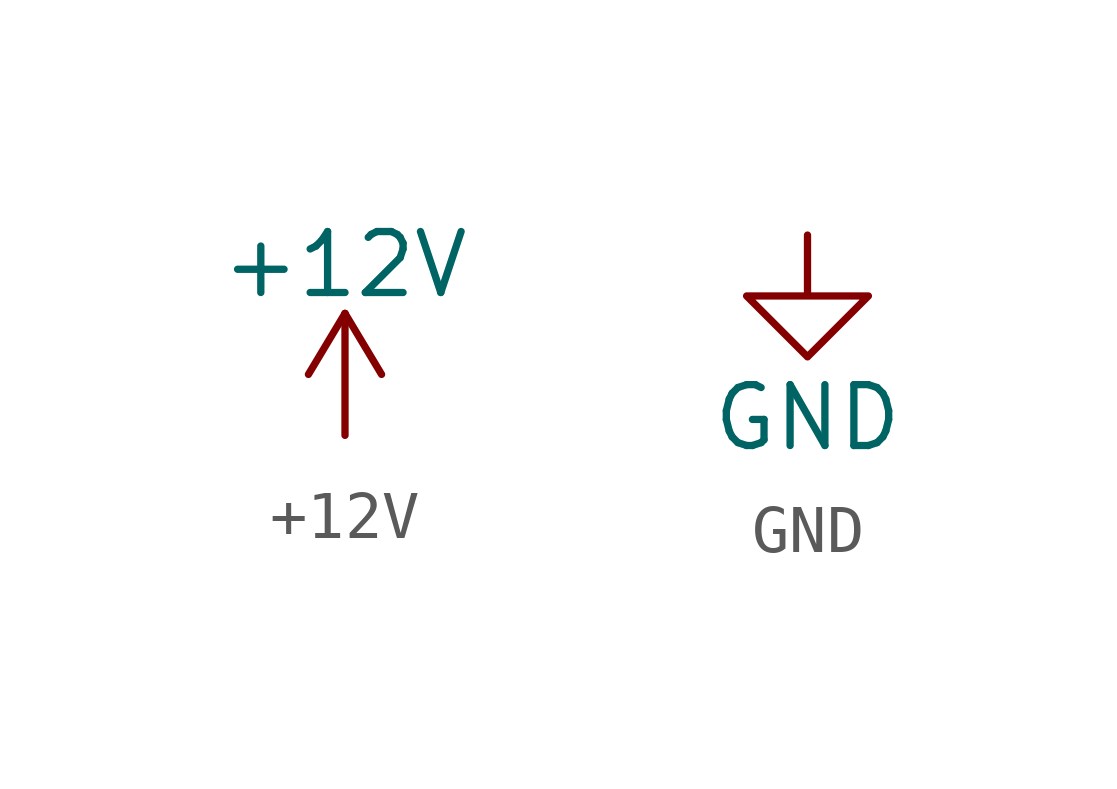
<source format=kicad_sym>
(kicad_symbol_lib
  (version 20201005)
  (generator kicad_symbol_editor)
  (symbol "schematic_libspice:+12V"
    (power)
    (pin_names
      (offset 0))
    (property "Reference" "#PWR"
      (at 0 -3.81 0)
      (effects (font (size 1.27 1.27)) hide))
    (property "Value" "+12V"
      (at 0 3.556 0)
      (effects (font (size 1.27 1.27))))
    (symbol "+12V_0_1"
      (polyline (pts (xy -0.762 1.27) (xy 0 2.54)) (stroke (width 0)) (fill (type none)))
      (polyline (pts (xy 0 0) (xy 0 2.54)) (stroke (width 0)) (fill (type none)))
      (polyline (pts (xy 0 2.54) (xy 0.762 1.27)) (stroke (width 0)) (fill (type none))))
    (symbol "+12V_1_1"
      (pin power_in line (at 0 0 90) (length 0) hide (name "+12V" (effects (font (size 1.27 1.27)))) (number "1" (effects (font (size 1.27 1.27)))))))
  (symbol "schematic_libspice:GND"
    (power)
    (pin_names
      (offset 0))
    (property "Reference" "#PWR"
      (at 0 -5.08 0)
      (effects (font (size 0.762 0.762)) hide))
    (property "Value" "GND"
      (at 0 -3.81 0)
      (effects (font (size 1.27 1.27))))
    (symbol "GND_0_1"
      (polyline (pts (xy 0 0) (xy 0 -1.27) (xy 1.27 -1.27) (xy 0 -2.54) (xy -1.27 -1.27) (xy 0 -1.27)) (stroke (width 0)) (fill (type none))))
    (symbol "GND_1_1"
      (pin power_in line (at 0 0 270) (length 0) hide (name "GND" (effects (font (size 1.27 1.27)))) (number "1" (effects (font (size 1.27 1.27))))))))
</source>
